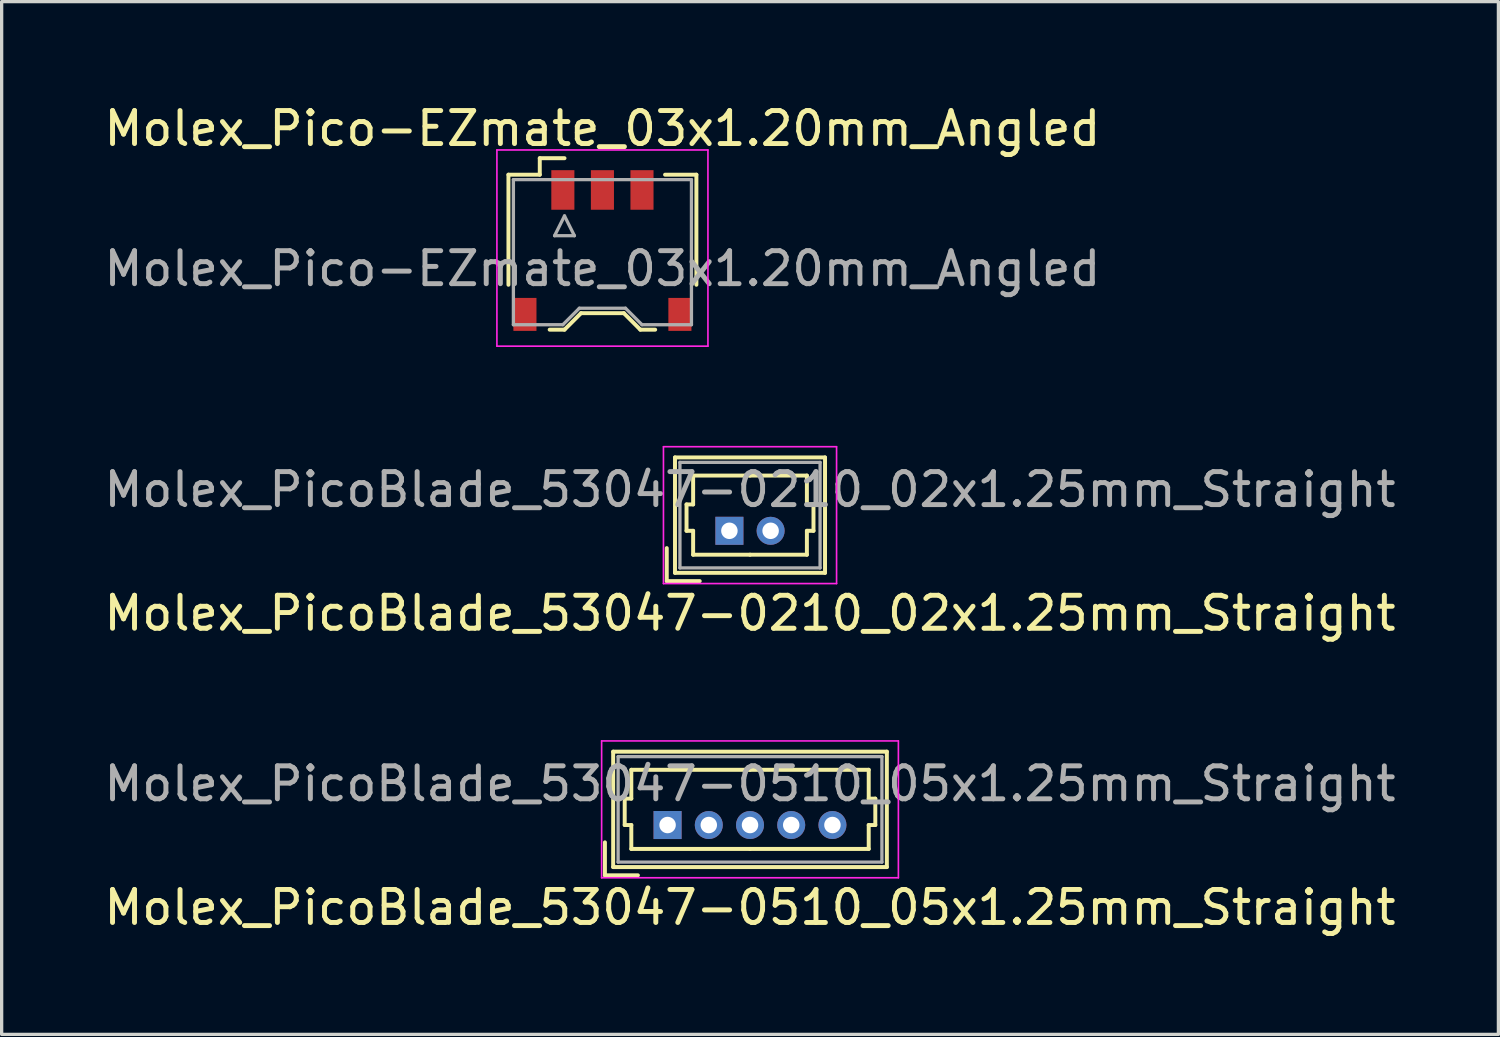
<source format=kicad_pcb>
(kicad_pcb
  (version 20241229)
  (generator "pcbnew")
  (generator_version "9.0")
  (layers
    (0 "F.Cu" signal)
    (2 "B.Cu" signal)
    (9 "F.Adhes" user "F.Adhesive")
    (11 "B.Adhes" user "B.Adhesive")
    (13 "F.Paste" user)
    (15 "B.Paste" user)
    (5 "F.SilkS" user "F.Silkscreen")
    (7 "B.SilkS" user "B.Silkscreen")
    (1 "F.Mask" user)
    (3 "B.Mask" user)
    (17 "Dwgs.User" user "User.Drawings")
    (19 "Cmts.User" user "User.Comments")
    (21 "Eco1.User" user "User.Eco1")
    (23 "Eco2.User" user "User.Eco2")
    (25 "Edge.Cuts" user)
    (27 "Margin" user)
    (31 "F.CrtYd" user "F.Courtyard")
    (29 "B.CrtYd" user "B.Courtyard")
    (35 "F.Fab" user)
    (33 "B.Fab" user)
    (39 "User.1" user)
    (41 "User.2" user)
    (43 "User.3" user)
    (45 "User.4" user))
  (footprint "Molex_PicoBlade_53047-0210_02x1.25mm_Straight"
    (layer "F.Cu")
    (at 19.071 13.048)
    (property "Reference" "Molex_PicoBlade_53047-0210_02x1.25mm_Straight" (at 0.625 2.5 0) (layer "F.SilkS") (effects (font (size 1 1) (thickness 0.15))))
    (attr through_hole)
    (fp_line (start -1.9 1.525) (end -1.9 0.525) (stroke (width 0.12) (type solid)) (layer "F.SilkS"))
    (fp_line (start -1.9 1.525) (end -0.9 1.525) (stroke (width 0.12) (type solid)) (layer "F.SilkS"))
    (fp_line (start -1.65 -2.225) (end -1.65 1.275) (stroke (width 0.12) (type solid)) (layer "F.SilkS"))
    (fp_line (start -1.65 1.275) (end 2.9 1.275) (stroke (width 0.12) (type solid)) (layer "F.SilkS"))
    (fp_line (start -1.3 -0.8) (end -1.1 -0.8) (stroke (width 0.12) (type solid)) (layer "F.SilkS"))
    (fp_line (start -1.3 0) (end -1.3 -0.8) (stroke (width 0.12) (type solid)) (layer "F.SilkS"))
    (fp_line (start -1.1 -1.675) (end 0.625 -1.675) (stroke (width 0.12) (type solid)) (layer "F.SilkS"))
    (fp_line (start -1.1 -0.8) (end -1.1 -1.675) (stroke (width 0.12) (type solid)) (layer "F.SilkS"))
    (fp_line (start -1.1 0) (end -1.3 0) (stroke (width 0.12) (type solid)) (layer "F.SilkS"))
    (fp_line (start -1.1 0.725) (end -1.1 0) (stroke (width 0.12) (type solid)) (layer "F.SilkS"))
    (fp_line (start 0.625 0.725) (end -1.1 0.725) (stroke (width 0.12) (type solid)) (layer "F.SilkS"))
    (fp_line (start 0.625 0.725) (end 2.35 0.725) (stroke (width 0.12) (type solid)) (layer "F.SilkS"))
    (fp_line (start 2.35 -1.675) (end 0.625 -1.675) (stroke (width 0.12) (type solid)) (layer "F.SilkS"))
    (fp_line (start 2.35 -0.8) (end 2.35 -1.675) (stroke (width 0.12) (type solid)) (layer "F.SilkS"))
    (fp_line (start 2.35 0) (end 2.55 0) (stroke (width 0.12) (type solid)) (layer "F.SilkS"))
    (fp_line (start 2.35 0.725) (end 2.35 0) (stroke (width 0.12) (type solid)) (layer "F.SilkS"))
    (fp_line (start 2.55 -0.8) (end 2.35 -0.8) (stroke (width 0.12) (type solid)) (layer "F.SilkS"))
    (fp_line (start 2.55 0) (end 2.55 -0.8) (stroke (width 0.12) (type solid)) (layer "F.SilkS"))
    (fp_line (start 2.9 -2.225) (end -1.65 -2.225) (stroke (width 0.12) (type solid)) (layer "F.SilkS"))
    (fp_line (start 2.9 1.275) (end 2.9 -2.225) (stroke (width 0.12) (type solid)) (layer "F.SilkS"))
    (fp_line (start -2 -2.55) (end -2 1.6) (stroke (width 0.05) (type solid)) (layer "F.CrtYd"))
    (fp_line (start -2 1.6) (end 3.25 1.6) (stroke (width 0.05) (type solid)) (layer "F.CrtYd"))
    (fp_line (start 3.25 -2.55) (end -2 -2.55) (stroke (width 0.05) (type solid)) (layer "F.CrtYd"))
    (fp_line (start 3.25 1.6) (end 3.25 -2.55) (stroke (width 0.05) (type solid)) (layer "F.CrtYd"))
    (fp_line (start -1.5 -2.075) (end -1.5 1.125) (stroke (width 0.1) (type solid)) (layer "F.Fab"))
    (fp_line (start -1.5 1.125) (end 2.75 1.125) (stroke (width 0.1) (type solid)) (layer "F.Fab"))
    (fp_line (start 2.75 -2.075) (end -1.5 -2.075) (stroke (width 0.1) (type solid)) (layer "F.Fab"))
    (fp_line (start 2.75 1.125) (end 2.75 -2.075) (stroke (width 0.1) (type solid)) (layer "F.Fab"))
    (fp_text user "${REFERENCE}" (at 0.625 -1.25 0) (layer "F.Fab") (effects (font (size 1 1) (thickness 0.15))))
    (pad "1" thru_hole rect (at 0 0) (size 0.85 0.85) (drill 0.5) (layers "*.Cu" "*.Mask"))
    (pad "2" thru_hole circle (at 1.25 0) (size 0.85 0.85) (drill 0.5) (layers "*.Cu" "*.Mask")))
  (footprint "Molex_Pico-EZmate_03x1.20mm_Angled"
    (layer "F.Cu")
    (at 15.22 4.598)
    (property "Reference" "Molex_Pico-EZmate_03x1.20mm_Angled" (at 0 -3.75 0) (layer "F.SilkS") (effects (font (size 1 1) (thickness 0.15))))
    (attr smd)
    (fp_line (start -2.85 -2.35) (end -2.85 0.988) (stroke (width 0.12) (type solid)) (layer "F.SilkS"))
    (fp_line (start -1.9 -2.85) (end -1.15 -2.85) (stroke (width 0.12) (type solid)) (layer "F.SilkS"))
    (fp_line (start -1.9 -2.35) (end -2.85 -2.35) (stroke (width 0.12) (type solid)) (layer "F.SilkS"))
    (fp_line (start -1.9 -2.35) (end -1.9 -2.85) (stroke (width 0.12) (type solid)) (layer "F.SilkS"))
    (fp_line (start -1.6 2.35) (end -1.15 2.35) (stroke (width 0.12) (type solid)) (layer "F.SilkS"))
    (fp_line (start -1.15 2.35) (end -0.65 1.85) (stroke (width 0.12) (type solid)) (layer "F.SilkS"))
    (fp_line (start -0.65 1.85) (end 0.65 1.85) (stroke (width 0.12) (type solid)) (layer "F.SilkS"))
    (fp_line (start 0.65 1.85) (end 1.15 2.35) (stroke (width 0.12) (type solid)) (layer "F.SilkS"))
    (fp_line (start 1.15 2.35) (end 1.6 2.35) (stroke (width 0.12) (type solid)) (layer "F.SilkS"))
    (fp_line (start 1.9 -2.35) (end 2.85 -2.35) (stroke (width 0.12) (type solid)) (layer "F.SilkS"))
    (fp_line (start 2.85 -2.35) (end 2.85 0.988) (stroke (width 0.12) (type solid)) (layer "F.SilkS"))
    (fp_line (start -3.2 -3.1) (end -3.2 2.85) (stroke (width 0.05) (type solid)) (layer "F.CrtYd"))
    (fp_line (start -3.2 2.85) (end 3.2 2.85) (stroke (width 0.05) (type solid)) (layer "F.CrtYd"))
    (fp_line (start 3.2 -3.1) (end -3.2 -3.1) (stroke (width 0.05) (type solid)) (layer "F.CrtYd"))
    (fp_line (start 3.2 2.85) (end 3.2 -3.1) (stroke (width 0.05) (type solid)) (layer "F.CrtYd"))
    (fp_line (start -2.7 -2.2) (end -2.7 2.2) (stroke (width 0.1) (type solid)) (layer "F.Fab"))
    (fp_line (start -2.7 2.2) (end -1.2 2.2) (stroke (width 0.1) (type solid)) (layer "F.Fab"))
    (fp_line (start -1.45 -0.5) (end -0.85 -0.5) (stroke (width 0.1) (type solid)) (layer "F.Fab"))
    (fp_line (start -1.2 2.2) (end -0.7 1.7) (stroke (width 0.1) (type solid)) (layer "F.Fab"))
    (fp_line (start -1.15 -1.1) (end -1.45 -0.5) (stroke (width 0.1) (type solid)) (layer "F.Fab"))
    (fp_line (start -0.85 -0.5) (end -1.15 -1.1) (stroke (width 0.1) (type solid)) (layer "F.Fab"))
    (fp_line (start -0.7 1.7) (end 0.7 1.7) (stroke (width 0.1) (type solid)) (layer "F.Fab"))
    (fp_line (start 0.7 1.7) (end 1.2 2.2) (stroke (width 0.1) (type solid)) (layer "F.Fab"))
    (fp_line (start 1.2 2.2) (end 2.7 2.2) (stroke (width 0.1) (type solid)) (layer "F.Fab"))
    (fp_line (start 2.7 -2.2) (end -2.7 -2.2) (stroke (width 0.1) (type solid)) (layer "F.Fab"))
    (fp_line (start 2.7 2.2) (end 2.7 -2.2) (stroke (width 0.1) (type solid)) (layer "F.Fab"))
    (fp_text user "${REFERENCE}" (at 0 0.5 0) (layer "F.Fab") (effects (font (size 1 1) (thickness 0.15))))
    (pad "" smd rect (at -2.35 1.887) (size 0.7 1) (layers "F.Cu" "F.Mask" "F.Paste"))
    (pad "" smd rect (at 2.35 1.887) (size 0.7 1) (layers "F.Cu" "F.Mask" "F.Paste"))
    (pad "1" smd rect (at -1.2 -1.887) (size 0.7 1.2) (layers "F.Cu" "F.Mask" "F.Paste"))
    (pad "2" smd rect (at 0 -1.887) (size 0.7 1.2) (layers "F.Cu" "F.Mask" "F.Paste"))
    (pad "3" smd rect (at 1.2 -1.887) (size 0.7 1.2) (layers "F.Cu" "F.Mask" "F.Paste")))
  (footprint "Molex_PicoBlade_53047-0510_05x1.25mm_Straight"
    (layer "F.Cu")
    (at 17.196 21.971)
    (property "Reference" "Molex_PicoBlade_53047-0510_05x1.25mm_Straight" (at 2.5 2.5 0) (layer "F.SilkS") (effects (font (size 1 1) (thickness 0.15))))
    (attr through_hole)
    (fp_line (start -1.9 1.525) (end -1.9 0.525) (stroke (width 0.12) (type solid)) (layer "F.SilkS"))
    (fp_line (start -1.9 1.525) (end -0.9 1.525) (stroke (width 0.12) (type solid)) (layer "F.SilkS"))
    (fp_line (start -1.65 -2.225) (end -1.65 1.275) (stroke (width 0.12) (type solid)) (layer "F.SilkS"))
    (fp_line (start -1.65 1.275) (end 6.65 1.275) (stroke (width 0.12) (type solid)) (layer "F.SilkS"))
    (fp_line (start -1.3 -0.8) (end -1.1 -0.8) (stroke (width 0.12) (type solid)) (layer "F.SilkS"))
    (fp_line (start -1.3 0) (end -1.3 -0.8) (stroke (width 0.12) (type solid)) (layer "F.SilkS"))
    (fp_line (start -1.1 -1.675) (end 2.5 -1.675) (stroke (width 0.12) (type solid)) (layer "F.SilkS"))
    (fp_line (start -1.1 -0.8) (end -1.1 -1.675) (stroke (width 0.12) (type solid)) (layer "F.SilkS"))
    (fp_line (start -1.1 0) (end -1.3 0) (stroke (width 0.12) (type solid)) (layer "F.SilkS"))
    (fp_line (start -1.1 0.725) (end -1.1 0) (stroke (width 0.12) (type solid)) (layer "F.SilkS"))
    (fp_line (start 2.5 0.725) (end -1.1 0.725) (stroke (width 0.12) (type solid)) (layer "F.SilkS"))
    (fp_line (start 2.5 0.725) (end 6.1 0.725) (stroke (width 0.12) (type solid)) (layer "F.SilkS"))
    (fp_line (start 6.1 -1.675) (end 2.5 -1.675) (stroke (width 0.12) (type solid)) (layer "F.SilkS"))
    (fp_line (start 6.1 -0.8) (end 6.1 -1.675) (stroke (width 0.12) (type solid)) (layer "F.SilkS"))
    (fp_line (start 6.1 0) (end 6.3 0) (stroke (width 0.12) (type solid)) (layer "F.SilkS"))
    (fp_line (start 6.1 0.725) (end 6.1 0) (stroke (width 0.12) (type solid)) (layer "F.SilkS"))
    (fp_line (start 6.3 -0.8) (end 6.1 -0.8) (stroke (width 0.12) (type solid)) (layer "F.SilkS"))
    (fp_line (start 6.3 0) (end 6.3 -0.8) (stroke (width 0.12) (type solid)) (layer "F.SilkS"))
    (fp_line (start 6.65 -2.225) (end -1.65 -2.225) (stroke (width 0.12) (type solid)) (layer "F.SilkS"))
    (fp_line (start 6.65 1.275) (end 6.65 -2.225) (stroke (width 0.12) (type solid)) (layer "F.SilkS"))
    (fp_line (start -2 -2.55) (end -2 1.6) (stroke (width 0.05) (type solid)) (layer "F.CrtYd"))
    (fp_line (start -2 1.6) (end 7 1.6) (stroke (width 0.05) (type solid)) (layer "F.CrtYd"))
    (fp_line (start 7 -2.55) (end -2 -2.55) (stroke (width 0.05) (type solid)) (layer "F.CrtYd"))
    (fp_line (start 7 1.6) (end 7 -2.55) (stroke (width 0.05) (type solid)) (layer "F.CrtYd"))
    (fp_line (start -1.5 -2.075) (end -1.5 1.125) (stroke (width 0.1) (type solid)) (layer "F.Fab"))
    (fp_line (start -1.5 1.125) (end 6.5 1.125) (stroke (width 0.1) (type solid)) (layer "F.Fab"))
    (fp_line (start 6.5 -2.075) (end -1.5 -2.075) (stroke (width 0.1) (type solid)) (layer "F.Fab"))
    (fp_line (start 6.5 1.125) (end 6.5 -2.075) (stroke (width 0.1) (type solid)) (layer "F.Fab"))
    (fp_text user "${REFERENCE}" (at 2.5 -1.25 0) (layer "F.Fab") (effects (font (size 1 1) (thickness 0.15))))
    (pad "1" thru_hole rect (at 0 0) (size 0.85 0.85) (drill 0.5) (layers "*.Cu" "*.Mask"))
    (pad "2" thru_hole circle (at 1.25 0) (size 0.85 0.85) (drill 0.5) (layers "*.Cu" "*.Mask"))
    (pad "3" thru_hole circle (at 2.5 0) (size 0.85 0.85) (drill 0.5) (layers "*.Cu" "*.Mask"))
    (pad "4" thru_hole circle (at 3.75 0) (size 0.85 0.85) (drill 0.5) (layers "*.Cu" "*.Mask"))
    (pad "5" thru_hole circle (at 5 0) (size 0.85 0.85) (drill 0.5) (layers "*.Cu" "*.Mask")))
  (gr_rect
    (start -3 -3)
    (end 42.393 28.32)
    (stroke (width 0.1) (type default))
    (fill no)
    (layer "Edge.Cuts")))
</source>
